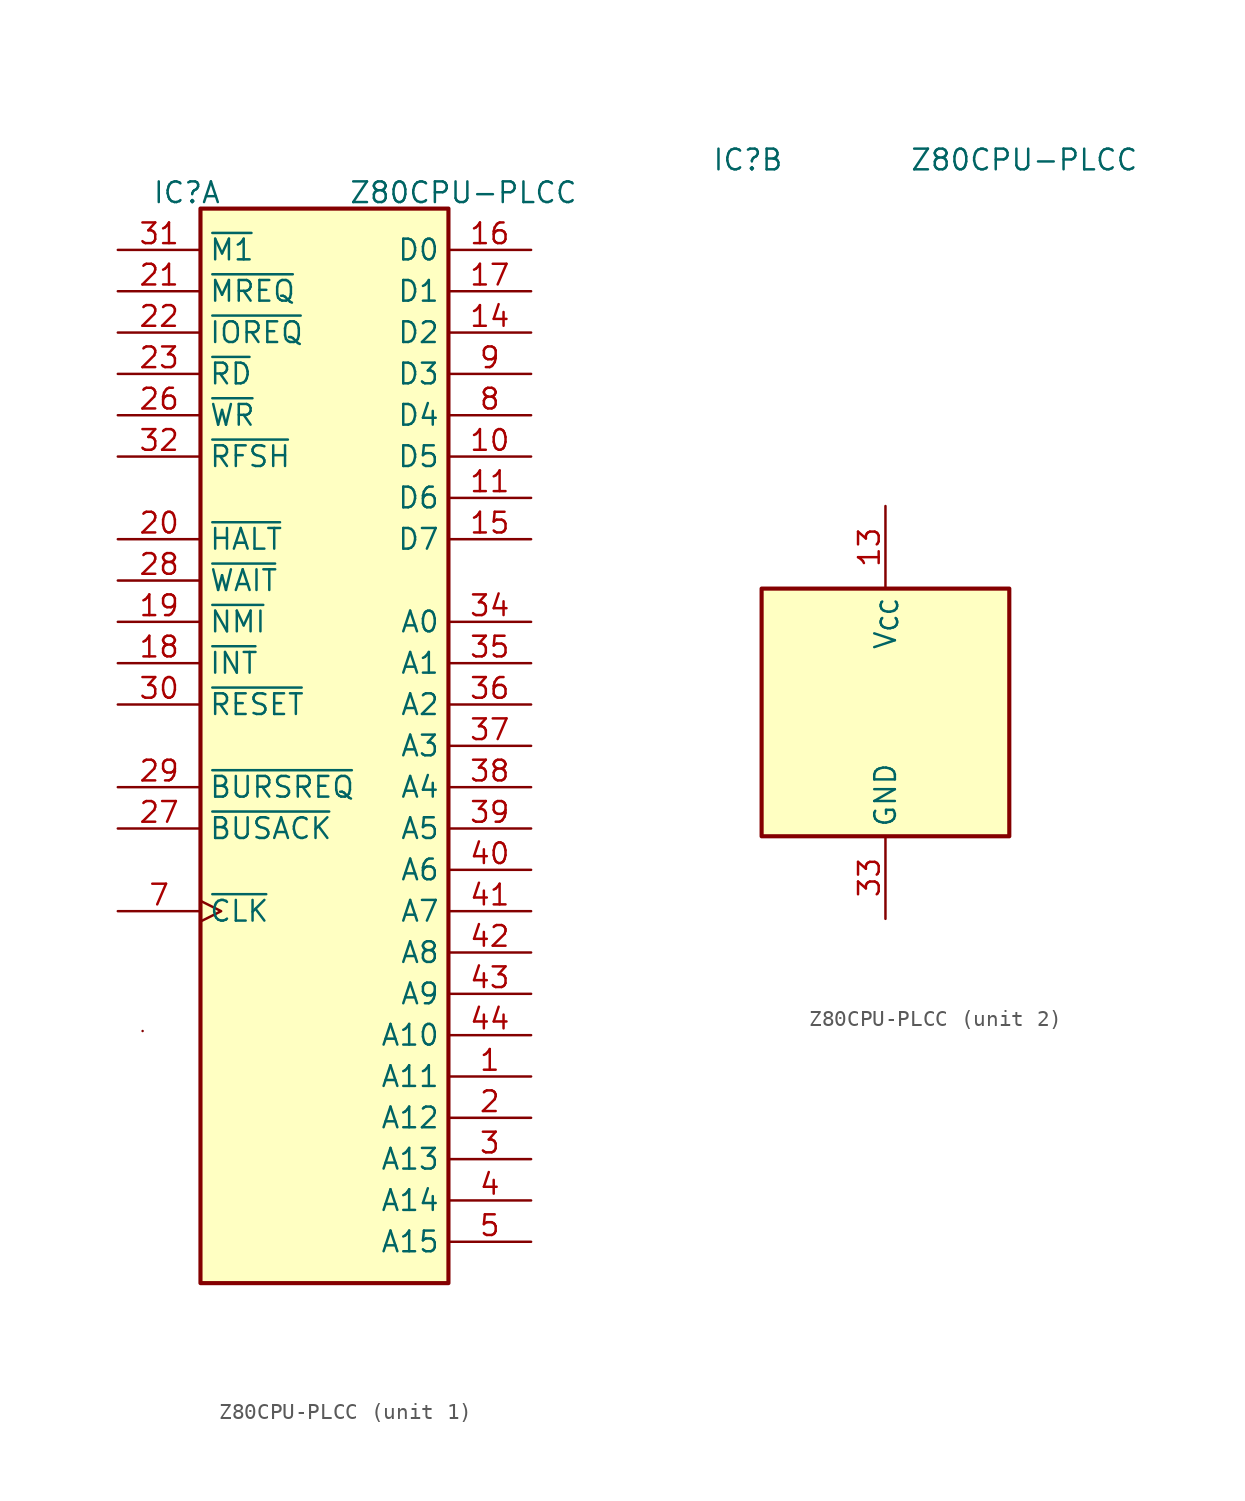
<source format=kicad_sym>
(kicad_symbol_lib
  (version 20220914)
  (generator kicad_symbol_editor)
  (symbol "Z80CPU-PLCC"
    (pin_names
      (offset 0.5))
    (property "Reference" "IC"
      (at -8.46 34 0)
      (effects (font (size 1.27 1.27))))
    (property "Value" "Z80CPU-PLCC"
      (at 8.54 34 0)
      (effects (font (size 1.27 1.27))))
    (property "ki_locked" ""
      (at 0 0 0)
      (effects (font (size 1.27 1.27))))
    (symbol "Z80CPU-PLCC_1_0"
      (rectangle (start -11.176 -17.526) (end -11.176 -17.526) (stroke (width 0) (type default)) (fill (type none)))
      (rectangle (start -7.62 33.02) (end 7.62 -33.02) (stroke (width 0.254) (type default)) (fill (type background)))
      (pin output line (at 12.7 -20.32 180) (length 5.08) (name "A11" (effects (font (size 1.27 1.27)))) (number "1" (effects (font (size 1.27 1.27)))))
      (pin bidirectional line (at 12.7 17.78 180) (length 5.08) (name "D5" (effects (font (size 1.27 1.27)))) (number "10" (effects (font (size 1.27 1.27)))))
      (pin bidirectional line (at 12.7 15.24 180) (length 5.08) (name "D6" (effects (font (size 1.27 1.27)))) (number "11" (effects (font (size 1.27 1.27)))))
      (pin bidirectional line (at 12.7 25.4 180) (length 5.08) (name "D2" (effects (font (size 1.27 1.27)))) (number "14" (effects (font (size 1.27 1.27)))))
      (pin bidirectional line (at 12.7 12.7 180) (length 5.08) (name "D7" (effects (font (size 1.27 1.27)))) (number "15" (effects (font (size 1.27 1.27)))))
      (pin bidirectional line (at 12.7 30.48 180) (length 5.08) (name "D0" (effects (font (size 1.27 1.27)))) (number "16" (effects (font (size 1.27 1.27)))))
      (pin bidirectional line (at 12.7 27.94 180) (length 5.08) (name "D1" (effects (font (size 1.27 1.27)))) (number "17" (effects (font (size 1.27 1.27)))))
      (pin input line (at -12.7 5.08 0) (length 5.08) (name "~{INT}" (effects (font (size 1.27 1.27)))) (number "18" (effects (font (size 1.27 1.27)))))
      (pin input line (at -12.7 7.62 0) (length 5.08) (name "~{NMI}" (effects (font (size 1.27 1.27)))) (number "19" (effects (font (size 1.27 1.27)))))
      (pin output line (at 12.7 -22.86 180) (length 5.08) (name "A12" (effects (font (size 1.27 1.27)))) (number "2" (effects (font (size 1.27 1.27)))))
      (pin output line (at -12.7 12.7 0) (length 5.08) (name "~{HALT}" (effects (font (size 1.27 1.27)))) (number "20" (effects (font (size 1.27 1.27)))))
      (pin output line (at -12.7 27.94 0) (length 5.08) (name "~{MREQ}" (effects (font (size 1.27 1.27)))) (number "21" (effects (font (size 1.27 1.27)))))
      (pin output line (at -12.7 25.4 0) (length 5.08) (name "~{IOREQ}" (effects (font (size 1.27 1.27)))) (number "22" (effects (font (size 1.27 1.27)))))
      (pin output line (at -12.7 22.86 0) (length 5.08) (name "~{RD}" (effects (font (size 1.27 1.27)))) (number "23" (effects (font (size 1.27 1.27)))))
      (pin output line (at -12.7 20.32 0) (length 5.08) (name "~{WR}" (effects (font (size 1.27 1.27)))) (number "26" (effects (font (size 1.27 1.27)))))
      (pin output line (at -12.7 -5.08 0) (length 5.08) (name "~{BUSACK}" (effects (font (size 1.27 1.27)))) (number "27" (effects (font (size 1.27 1.27)))))
      (pin input line (at -12.7 10.16 0) (length 5.08) (name "~{WAIT}" (effects (font (size 1.27 1.27)))) (number "28" (effects (font (size 1.27 1.27)))))
      (pin input line (at -12.7 -2.54 0) (length 5.08) (name "~{BURSREQ}" (effects (font (size 1.27 1.27)))) (number "29" (effects (font (size 1.27 1.27)))))
      (pin output line (at 12.7 -25.4 180) (length 5.08) (name "A13" (effects (font (size 1.27 1.27)))) (number "3" (effects (font (size 1.27 1.27)))))
      (pin input line (at -12.7 2.54 0) (length 5.08) (name "~{RESET}" (effects (font (size 1.27 1.27)))) (number "30" (effects (font (size 1.27 1.27)))))
      (pin output line (at -12.7 30.48 0) (length 5.08) (name "~{M1}" (effects (font (size 1.27 1.27)))) (number "31" (effects (font (size 1.27 1.27)))))
      (pin output line (at -12.7 17.78 0) (length 5.08) (name "~{RFSH}" (effects (font (size 1.27 1.27)))) (number "32" (effects (font (size 1.27 1.27)))))
      (pin output line (at 12.7 7.62 180) (length 5.08) (name "A0" (effects (font (size 1.27 1.27)))) (number "34" (effects (font (size 1.27 1.27)))))
      (pin output line (at 12.7 5.08 180) (length 5.08) (name "A1" (effects (font (size 1.27 1.27)))) (number "35" (effects (font (size 1.27 1.27)))))
      (pin output line (at 12.7 2.54 180) (length 5.08) (name "A2" (effects (font (size 1.27 1.27)))) (number "36" (effects (font (size 1.27 1.27)))))
      (pin output line (at 12.7 0 180) (length 5.08) (name "A3" (effects (font (size 1.27 1.27)))) (number "37" (effects (font (size 1.27 1.27)))))
      (pin output line (at 12.7 -2.54 180) (length 5.08) (name "A4" (effects (font (size 1.27 1.27)))) (number "38" (effects (font (size 1.27 1.27)))))
      (pin output line (at 12.7 -5.08 180) (length 5.08) (name "A5" (effects (font (size 1.27 1.27)))) (number "39" (effects (font (size 1.27 1.27)))))
      (pin output line (at 12.7 -27.94 180) (length 5.08) (name "A14" (effects (font (size 1.27 1.27)))) (number "4" (effects (font (size 1.27 1.27)))))
      (pin output line (at 12.7 -7.62 180) (length 5.08) (name "A6" (effects (font (size 1.27 1.27)))) (number "40" (effects (font (size 1.27 1.27)))))
      (pin output line (at 12.7 -30.48 180) (length 5.08) (name "A15" (effects (font (size 1.27 1.27)))) (number "5" (effects (font (size 1.27 1.27)))))
      (pin input clock (at -12.7 -10.16 0) (length 5.08) (name "~{CLK}" (effects (font (size 1.27 1.27)))) (number "7" (effects (font (size 1.27 1.27)))))
      (pin bidirectional line (at 12.7 20.32 180) (length 5.08) (name "D4" (effects (font (size 1.27 1.27)))) (number "8" (effects (font (size 1.27 1.27)))))
      (pin bidirectional line (at 12.7 22.86 180) (length 5.08) (name "D3" (effects (font (size 1.27 1.27)))) (number "9" (effects (font (size 1.27 1.27))))))
    (symbol "Z80CPU-PLCC_1_1"
      (pin output line (at 12.7 -10.16 180) (length 5.08) (name "A7" (effects (font (size 1.27 1.27)))) (number "41" (effects (font (size 1.27 1.27)))))
      (pin output line (at 12.7 -12.7 180) (length 5.08) (name "A8" (effects (font (size 1.27 1.27)))) (number "42" (effects (font (size 1.27 1.27)))))
      (pin output line (at 12.7 -15.24 180) (length 5.08) (name "A9" (effects (font (size 1.27 1.27)))) (number "43" (effects (font (size 1.27 1.27)))))
      (pin output line (at 12.7 -17.78 180) (length 5.08) (name "A10" (effects (font (size 1.27 1.27)))) (number "44" (effects (font (size 1.27 1.27))))))
    (symbol "Z80CPU-PLCC_2_0"
      (rectangle (start -7.62 7.62) (end 7.62 -7.62) (stroke (width 0.254) (type default)) (fill (type background))))
    (symbol "Z80CPU-PLCC_2_1"
      (pin no_connect line (at -2.54 -12.7 90) (length 5.08) hide (name "NC" (effects (font (size 1.27 1.27)))) (number "12" (effects (font (size 1.27 1.27)))))
      (pin power_in line (at 0 12.7 270) (length 5.08) (name "V_{CC}" (effects (font (size 1.27 1.27)))) (number "13" (effects (font (size 1.27 1.27)))))
      (pin no_connect line (at 2.54 -12.7 90) (length 5.08) hide (name "NC" (effects (font (size 1.27 1.27)))) (number "24" (effects (font (size 1.27 1.27)))))
      (pin no_connect line (at 5.08 -12.7 90) (length 5.08) hide (name "NC" (effects (font (size 1.27 1.27)))) (number "25" (effects (font (size 1.27 1.27)))))
      (pin power_in line (at 0 -12.7 90) (length 5.08) (name "GND" (effects (font (size 1.27 1.27)))) (number "33" (effects (font (size 1.27 1.27)))))
      (pin no_connect line (at -5.08 -12.7 90) (length 5.08) hide (name "NC" (effects (font (size 1.27 1.27)))) (number "6" (effects (font (size 1.27 1.27))))))))
</source>
